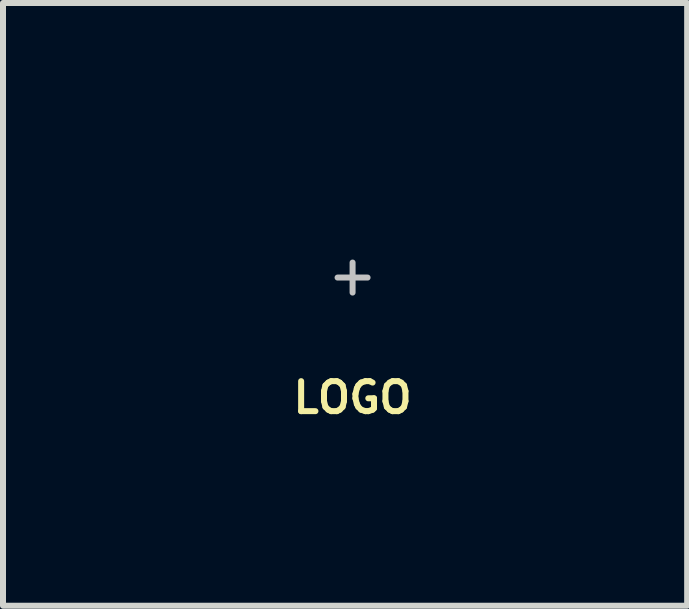
<source format=kicad_pcb>
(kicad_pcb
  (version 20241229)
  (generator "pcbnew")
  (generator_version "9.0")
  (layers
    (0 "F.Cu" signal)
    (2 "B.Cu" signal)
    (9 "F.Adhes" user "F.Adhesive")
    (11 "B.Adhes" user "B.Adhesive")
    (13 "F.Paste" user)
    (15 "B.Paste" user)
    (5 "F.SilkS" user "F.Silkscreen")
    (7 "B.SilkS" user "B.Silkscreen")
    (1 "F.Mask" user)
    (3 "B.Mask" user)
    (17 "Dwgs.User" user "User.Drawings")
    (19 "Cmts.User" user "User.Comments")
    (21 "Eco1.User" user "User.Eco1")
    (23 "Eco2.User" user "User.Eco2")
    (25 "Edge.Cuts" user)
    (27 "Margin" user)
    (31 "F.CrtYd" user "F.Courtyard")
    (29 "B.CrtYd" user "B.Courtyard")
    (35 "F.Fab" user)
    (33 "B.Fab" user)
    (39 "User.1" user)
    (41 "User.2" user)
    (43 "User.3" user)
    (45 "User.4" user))
  (footprint "LOGO"
    (layer "F.Cu")
    (at 2.825 1.575)
    (property "Reference" "LOGO" (at 0 2 0) (unlocked yes) (layer "F.SilkS") (effects (font (size 0.5 0.5) (thickness 0.1))))
    (attr smd)
    (fp_poly (pts (xy -2.425 -1.375) (xy -2.445 -1.462) (xy -2.5 -1.531) (xy -2.58 -1.57) (xy -2.67 -1.57) (xy -2.75 -1.531) (xy -2.805 -1.462) (xy -2.825 -1.375) (xy -2.825 1.25) (xy -2.82 1.295) (xy -2.805 1.337) (xy -2.781 1.375) (xy -2.75 1.406) (xy -2.712 1.43) (xy -2.67 1.445) (xy -2.625 1.45) (xy -1.375 1.45) (xy -1.298 1.435) (xy -1.288 1.43) (xy -1.226 1.383) (xy -1.219 1.375) (xy -1.183 1.305) (xy -0.578 -0.811) (xy 0.444 1.336) (xy 0.493 1.4) (xy 0.5 1.406) (xy 0.571 1.443) (xy 0.58 1.445) (xy 0.66 1.447) (xy 0.669 1.445) (xy 0.742 1.412) (xy 0.749 1.407) (xy 0.801 1.345) (xy 0.805 1.338) (xy 0.825 1.26) (xy 0.919 -0.722) (xy 2.205 1.355) (xy 2.25 1.406) (xy 2.267 1.419) (xy 2.33 1.445) (xy 2.351 1.449) (xy 2.42 1.445) (xy 2.44 1.439) (xy 2.5 1.406) (xy 2.515 1.392) (xy 2.555 1.337) (xy 2.563 1.317) (xy 2.575 1.25) (xy 2.575 -1.375) (xy 2.555 -1.462) (xy 2.5 -1.531) (xy 2.42 -1.57) (xy 2.33 -1.57) (xy 2.25 -1.531) (xy 2.195 -1.462) (xy 2.175 -1.375) (xy 2.175 0.547) (xy 0.92 -1.48) (xy 0.882 -1.525) (xy 0.858 -1.544) (xy 0.804 -1.568) (xy 0.774 -1.574) (xy 0.715 -1.572) (xy 0.685 -1.564) (xy 0.633 -1.537) (xy 0.61 -1.517) (xy 0.574 -1.47) (xy 0.562 -1.442) (xy 0.55 -1.385) (xy 0.474 0.231) (xy 0.567 0.426) (xy 0.556 0.637) (xy 0.463 0.445) (xy -0.444 -1.461) (xy -0.462 -1.491) (xy -0.5 -1.531) (xy -0.529 -1.55) (xy -0.58 -1.57) (xy -0.614 -1.575) (xy -0.669 -1.57) (xy -0.702 -1.56) (xy -0.749 -1.532) (xy -0.774 -1.508) (xy -0.805 -1.463) (xy -0.817 -1.43) (xy -1.498 0.95) (xy -1.384 0.95) (xy -1.413 1.05) (xy -2.425 1.05) (xy -2.425 -1.325) (xy -2.525 -1.325) (xy -2.525 1.215) (xy -2.52 1.235) (xy -2.51 1.245) (xy -2.49 1.25) (xy -1.363 1.25) (xy -0.623 -1.339) (xy -0.622 -1.342) (xy -0.599 -1.369) (xy -0.596 -1.37) (xy -0.561 -1.373) (xy -0.558 -1.372) (xy -0.531 -1.349) (xy -0.53 -1.346) (xy 0.635 1.099) (xy 0.75 -1.327) (xy 0.751 -1.336) (xy 0.766 -1.362) (xy 0.774 -1.368) (xy 0.8 -1.375) (xy 0.811 -1.374) (xy 0.837 -1.359) (xy 0.843 -1.351) (xy 2.375 1.124) (xy 2.375 -1.325) (xy 2.39 -1.36) (xy 2.425 -1.375) (xy 2.46 -1.36) (xy 2.475 -1.325) (xy 2.475 1.3) (xy 2.474 1.311) (xy 2.46 1.335) (xy 2.451 1.343) (xy 2.425 1.35) (xy 2.414 1.349) (xy 2.39 1.335) (xy 2.382 1.326) (xy 0.842 -1.162) (xy 0.725 1.302) (xy 0.722 1.317) (xy 0.709 1.337) (xy 0.696 1.345) (xy 0.673 1.35) (xy 0.658 1.347) (xy 0.638 1.334) (xy 0.63 1.321) (xy -0.563 -1.184) (xy -1.277 1.314) (xy -1.29 1.335) (xy -1.301 1.344) (xy -1.325 1.35) (xy -2.575 1.35) (xy -2.61 1.335) (xy -2.625 1.3) (xy -2.625 -1.325) (xy -2.61 -1.36) (xy -2.575 -1.375) (xy -2.54 -1.36) (xy -2.525 -1.325) (xy -2.425 -1.325)) (stroke (width 0) (type solid)) (fill yes) (layer "F.Mask"))
    (fp_line (start -0.25 0) (end 0.25 0) (stroke (width 0.1) (type default)) (layer "Dwgs.User"))
    (fp_line (start 0 -0.25) (end 0 0.25) (stroke (width 0.1) (type default)) (layer "Dwgs.User")))
  (gr_rect
    (start -3 -3)
    (end 8.4 7.043)
    (stroke (width 0.1) (type default))
    (fill no)
    (layer "Edge.Cuts")))
</source>
